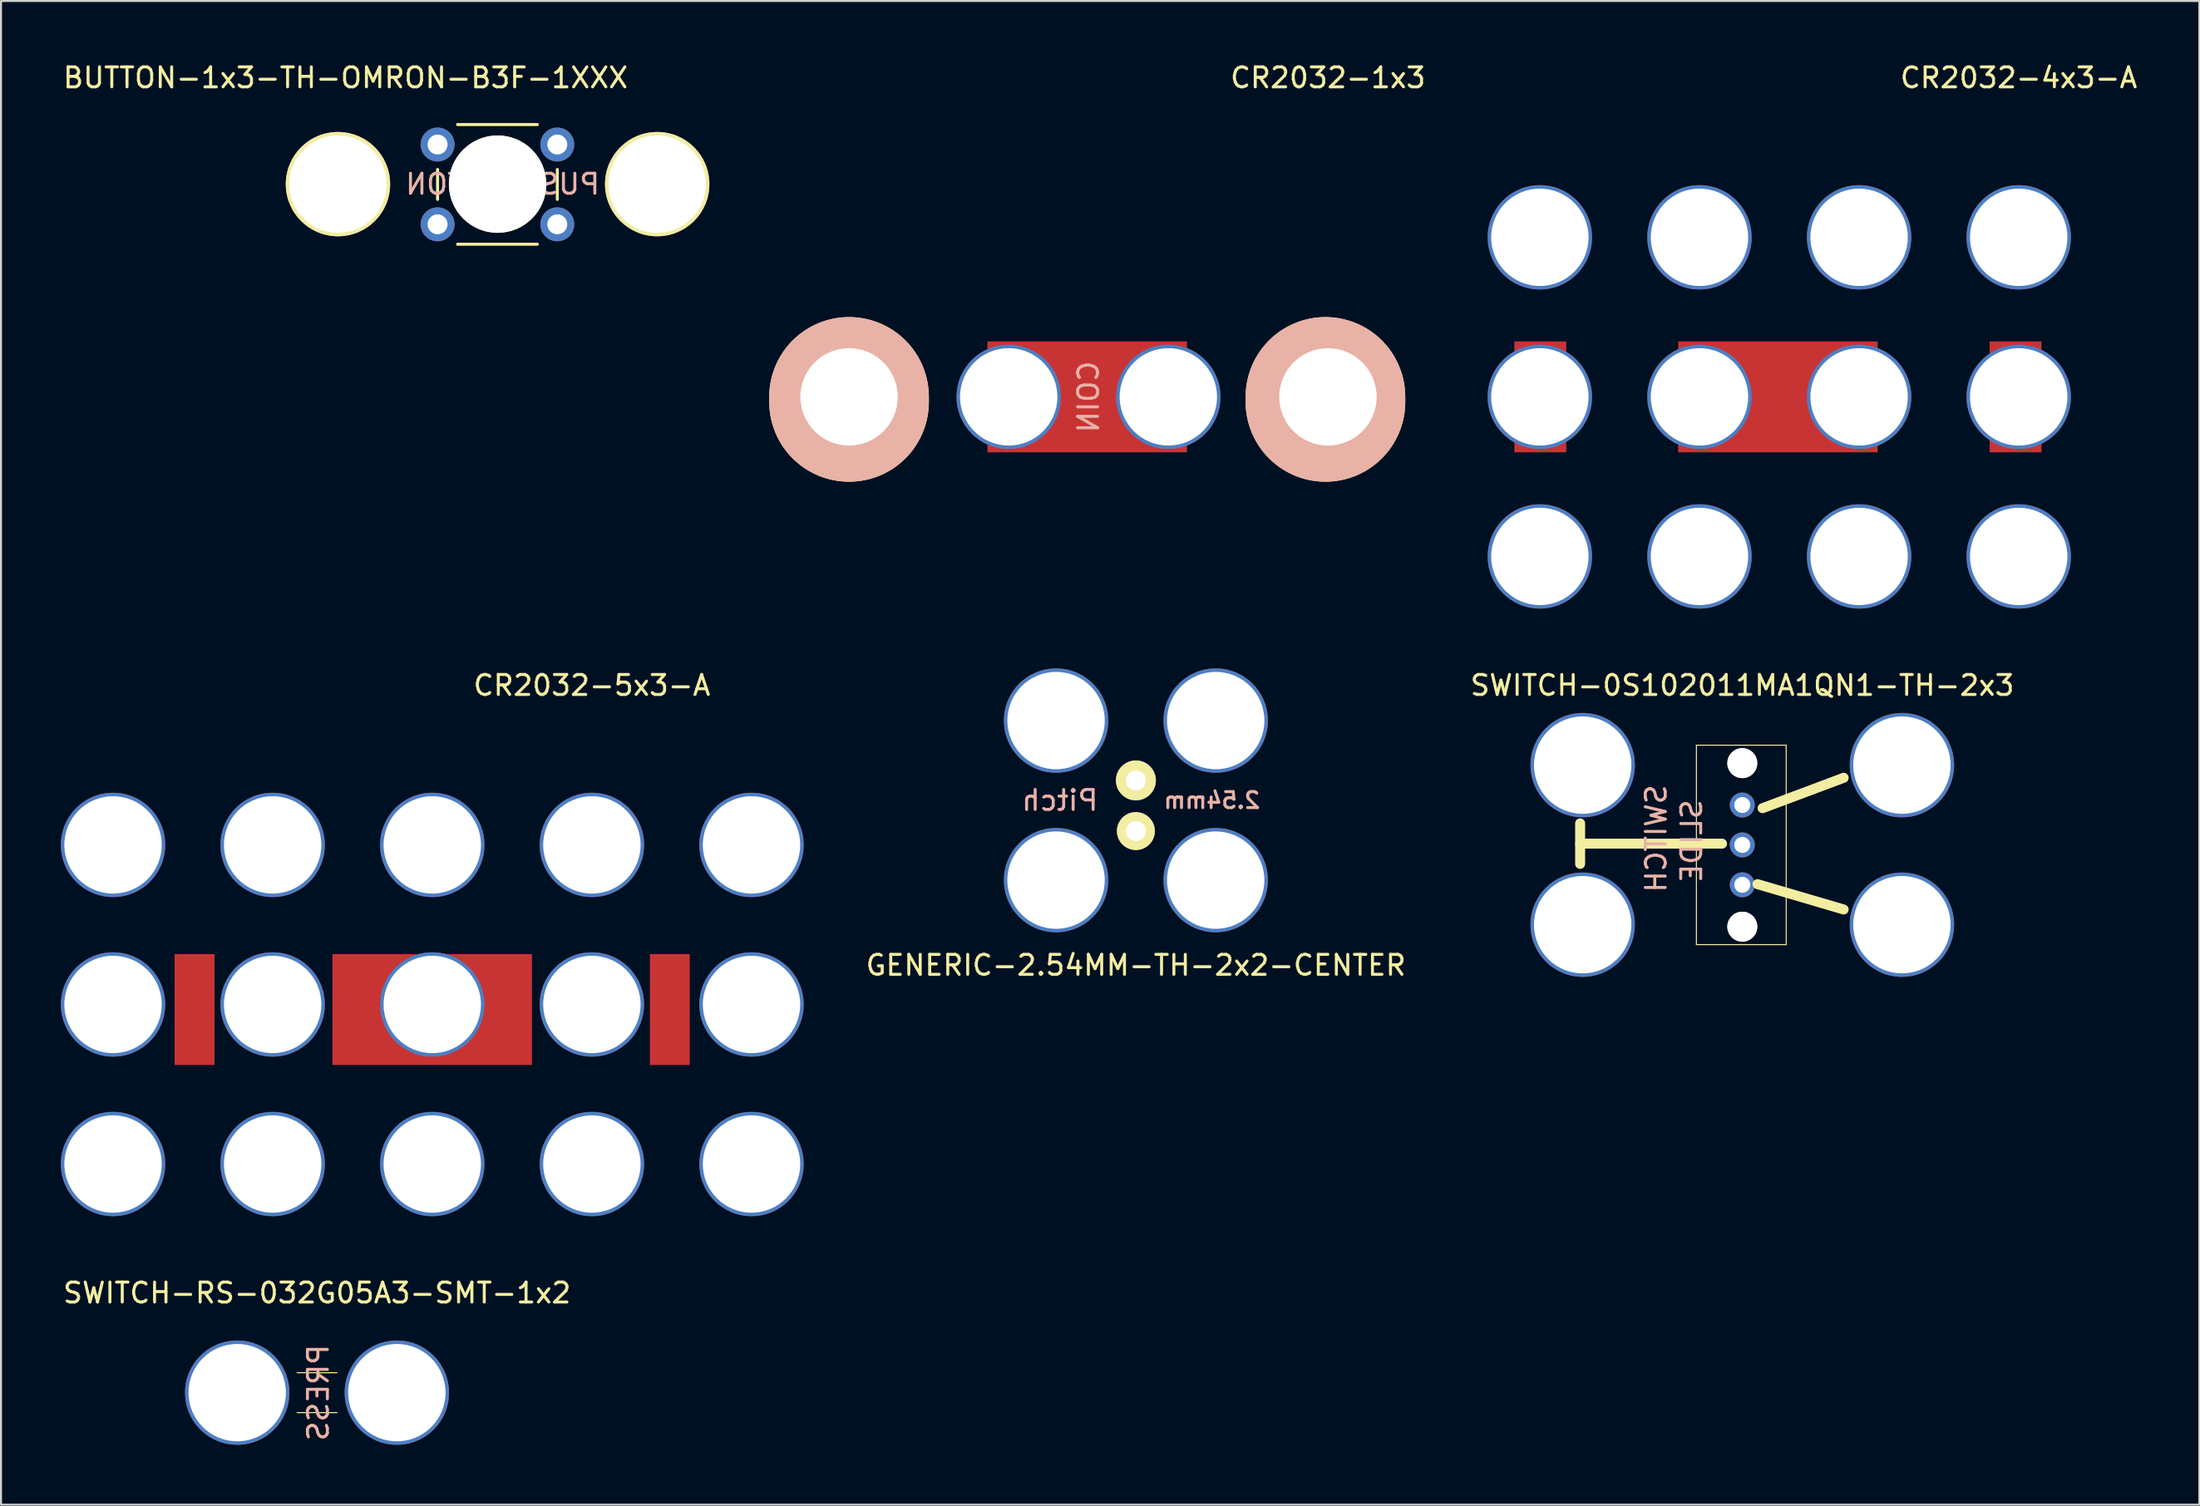
<source format=kicad_pcb>
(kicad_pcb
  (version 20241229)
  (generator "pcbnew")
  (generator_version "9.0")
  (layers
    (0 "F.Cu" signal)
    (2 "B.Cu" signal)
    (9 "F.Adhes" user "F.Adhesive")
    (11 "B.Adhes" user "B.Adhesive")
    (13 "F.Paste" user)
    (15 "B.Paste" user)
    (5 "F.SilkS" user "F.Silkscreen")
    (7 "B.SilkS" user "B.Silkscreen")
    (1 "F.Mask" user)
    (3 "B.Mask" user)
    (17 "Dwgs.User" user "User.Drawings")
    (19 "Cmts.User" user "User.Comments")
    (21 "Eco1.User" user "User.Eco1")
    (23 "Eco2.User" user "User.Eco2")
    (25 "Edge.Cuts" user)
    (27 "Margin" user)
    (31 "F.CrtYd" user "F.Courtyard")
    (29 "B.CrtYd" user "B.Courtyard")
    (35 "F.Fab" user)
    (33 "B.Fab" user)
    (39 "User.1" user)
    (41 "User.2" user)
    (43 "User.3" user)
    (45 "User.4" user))
  (footprint "BUTTON-1x3-TH-OMRON-B3F-1XXX"
    (layer "F.Cu")
    (at 21.888 6.182)
    (property "Reference" "BUTTON-1x3-TH-OMRON-B3F-1XXX" (at -7.62 -5.334 180) (layer "F.SilkS") (effects (font (size 1 1) (thickness 0.15))))
    (attr through_hole)
    (fp_line (start -3.007 0.014) (end -3.007 0.014) (stroke (width 0.1) (type solid)) (layer "F.SilkS"))
    (fp_line (start -3.007 0.764) (end -3.007 -0.736) (stroke (width 0.15) (type solid)) (layer "F.SilkS"))
    (fp_line (start -2.007 -2.986) (end 1.993 -2.986) (stroke (width 0.15) (type solid)) (layer "F.SilkS"))
    (fp_line (start -2.007 3.014) (end 1.993 3.014) (stroke (width 0.15) (type solid)) (layer "F.SilkS"))
    (fp_line (start 1.993 -2.986) (end -2.007 -2.986) (stroke (width 0.1) (type solid)) (layer "F.SilkS"))
    (fp_line (start 1.993 3.014) (end -2.007 3.014) (stroke (width 0.1) (type solid)) (layer "F.SilkS"))
    (fp_line (start 2.993 -0.736) (end 2.993 0.764) (stroke (width 0.15) (type solid)) (layer "F.SilkS"))
    (fp_line (start 2.993 0.014) (end 2.993 0.014) (stroke (width 0.1) (type solid)) (layer "F.SilkS"))
    (fp_circle (center -0.007 0.014) (end 0.993 1.014) (stroke (width 0) (type solid)) (fill yes) (layer "F.SilkS"))
    (fp_circle (center -0.007 0.014) (end 0.993 1.014) (stroke (width 0.15) (type solid)) (fill no) (layer "F.SilkS"))
    (fp_text user "PUSHBUTTON" (at 0.254 0 0) (layer "B.SilkS") (effects (font (size 1 1) (thickness 0.15)) (justify mirror)))
    (pad "" np_thru_hole circle (at 0 0) (size 4.88 4.88) (drill 4.88) (layers "*.Cu" "*.Mask" "F.SilkS"))
    (pad "1" thru_hole circle (at -8 0) (size 5.23 5.23) (drill 4.88) (layers "*.Cu" "*.Mask" "F.SilkS"))
    (pad "1" thru_hole circle (at -3.007 -1.986) (size 1.7 1.7) (drill 1) (layers "*.Cu" "*.Mask"))
    (pad "1" thru_hole circle (at 2.993 -1.986) (size 1.7 1.7) (drill 1) (layers "*.Cu" "*.Mask"))
    (pad "2" thru_hole circle (at -3.007 2.014) (size 1.7 1.7) (drill 1) (layers "*.Cu" "*.Mask"))
    (pad "2" thru_hole circle (at 2.993 2.014) (size 1.7 1.7) (drill 1) (layers "*.Cu" "*.Mask"))
    (pad "2" thru_hole circle (at 8 0) (size 5.23 5.23) (drill 4.88) (layers "*.Cu" "*.Mask" "F.SilkS")))
  (footprint "CR2032-1x3"
    (layer "F.Cu")
    (at 55.505 16.848)
    (property "Reference" "CR2032-1x3" (at 8 -16 0) (layer "F.SilkS") (effects (font (size 1 1) (thickness 0.15))))
    (attr through_hole)
    (fp_line (start -16.002 0) (end -16.002 0.254) (stroke (width 8) (type solid)) (layer "F.SilkS"))
    (fp_line (start 7.874 0) (end 7.874 0.254) (stroke (width 8) (type solid)) (layer "F.SilkS"))
    (fp_line (start -16.002 0) (end -16.002 0.254) (stroke (width 8) (type solid)) (layer "B.SilkS"))
    (fp_line (start 7.874 0) (end 7.874 0.254) (stroke (width 8) (type solid)) (layer "B.SilkS"))
    (fp_text user "COIN" (at -4 0 90) (layer "B.SilkS") (effects (font (size 1 1) (thickness 0.15)) (justify mirror)))
    (pad "1" thru_hole circle (at -16 0) (size 5.23 5.23) (drill 4.88) (layers "*.Cu" "*.Mask"))
    (pad "1" thru_hole circle (at 8 0) (size 5.23 5.23) (drill 4.88) (layers "*.Cu" "*.Mask"))
    (pad "GND" thru_hole circle (at -8 0) (size 5.23 5.23) (drill 4.88) (layers "*.Cu" "*.Mask"))
    (pad "GND" smd rect (at -4.068 0) (size 10 5.56) (layers "F.Cu" "F.Mask" "F.Paste"))
    (pad "GND" thru_hole circle (at 0 0) (size 5.23 5.23) (drill 4.88) (layers "*.Cu" "*.Mask")))
  (footprint "SWITCH-RS-032G05A3-SMT-1x2"
    (layer "F.Cu")
    (at 8.839 66.775)
    (property "Reference" "SWITCH-RS-032G05A3-SMT-1x2" (at 4 -5 0) (layer "F.SilkS") (effects (font (size 1 1) (thickness 0.15))))
    (attr through_hole)
    (fp_line (start 3 -1) (end 5 -1) (stroke (width 0.051) (type solid)) (layer "F.SilkS"))
    (fp_line (start 3 1) (end 5 1) (stroke (width 0.051) (type solid)) (layer "F.SilkS"))
    (fp_text user "PRESS" (at 4.064 0 90) (layer "B.SilkS") (effects (font (size 1 1) (thickness 0.15)) (justify mirror)))
    (pad "1" thru_hole circle (at 0 0) (size 5.23 5.23) (drill 4.88) (layers "*.Cu" "*.Mask"))
    (pad "2" thru_hole circle (at 8 0) (size 5.23 5.23) (drill 4.88) (layers "*.Cu" "*.Mask")))
  (footprint "CR2032-4x3-A"
    (layer "F.Cu")
    (at 90.126 16.848)
    (property "Reference" "CR2032-4x3-A" (at 8 -16 0) (layer "F.SilkS") (effects (font (size 1 1) (thickness 0.15))))
    (attr through_hole)
    (pad "+" smd rect (at -15.978 0) (size 2.6 5.56) (layers "F.Cu" "F.Mask" "F.Paste"))
    (pad "+" smd rect (at 7.842 0) (size 2.6 5.56) (layers "F.Cu" "F.Mask" "F.Paste"))
    (pad "1" thru_hole circle (at -16 -8) (size 5.23 5.23) (drill 4.88) (layers "*.Cu" "*.Mask"))
    (pad "1" thru_hole circle (at -16 0) (size 5.23 5.23) (drill 4.88) (layers "*.Cu" "*.Mask"))
    (pad "1" thru_hole circle (at -16 8) (size 5.23 5.23) (drill 4.88) (layers "*.Cu" "*.Mask"))
    (pad "1" thru_hole circle (at -8 -8) (size 5.23 5.23) (drill 4.88) (layers "*.Cu" "*.Mask"))
    (pad "1" thru_hole circle (at -8 8) (size 5.23 5.23) (drill 4.88) (layers "*.Cu" "*.Mask"))
    (pad "1" thru_hole circle (at 0 -8) (size 5.23 5.23) (drill 4.88) (layers "*.Cu" "*.Mask"))
    (pad "1" thru_hole circle (at 0 8) (size 5.23 5.23) (drill 4.88) (layers "*.Cu" "*.Mask"))
    (pad "1" thru_hole circle (at 8 -8) (size 5.23 5.23) (drill 4.88) (layers "*.Cu" "*.Mask"))
    (pad "1" thru_hole circle (at 8 0) (size 5.23 5.23) (drill 4.88) (layers "*.Cu" "*.Mask"))
    (pad "1" thru_hole circle (at 8 8) (size 5.23 5.23) (drill 4.88) (layers "*.Cu" "*.Mask"))
    (pad "GND" thru_hole circle (at -8 0) (size 5.23 5.23) (drill 4.88) (layers "*.Cu" "*.Mask"))
    (pad "GND" smd rect (at -4.068 0) (size 10 5.56) (layers "F.Cu" "F.Mask" "F.Paste"))
    (pad "GND" thru_hole circle (at 0 0) (size 5.23 5.23) (drill 4.88) (layers "*.Cu" "*.Mask")))
  (footprint "SWITCH-0S102011MA1QN1-TH-2x3"
    (layer "F.Cu")
    (at 84.272 43.312)
    (property "Reference" "SWITCH-0S102011MA1QN1-TH-2x3" (at 0 -12 0) (layer "F.SilkS") (effects (font (size 1 1) (thickness 0.15))))
    (attr through_hole)
    (fp_line (start -8.128 -5.08) (end -8.128 -3.048) (stroke (width 0.5) (type solid)) (layer "F.SilkS"))
    (fp_line (start -8.128 -4.064) (end -1.016 -4.064) (stroke (width 0.5) (type solid)) (layer "F.SilkS"))
    (fp_line (start -2.3 -9) (end 2.2 -9) (stroke (width 0.051) (type solid)) (layer "F.SilkS"))
    (fp_line (start -2.3 1) (end -2.3 -9) (stroke (width 0.051) (type solid)) (layer "F.SilkS"))
    (fp_line (start 0.762 -2.032) (end 5.08 -0.762) (stroke (width 0.5) (type solid)) (layer "F.SilkS"))
    (fp_line (start 1.016 -5.842) (end 5.08 -7.366) (stroke (width 0.5) (type solid)) (layer "F.SilkS"))
    (fp_line (start 2.2 -9) (end 2.2 1) (stroke (width 0.051) (type solid)) (layer "F.SilkS"))
    (fp_line (start 2.2 1) (end -2.3 1) (stroke (width 0.051) (type solid)) (layer "F.SilkS"))
    (fp_text user "SLIDE " (at -2.54 -3.81 90) (layer "B.SilkS") (effects (font (size 1 1) (thickness 0.15)) (justify mirror)))
    (fp_text user "SWITCH" (at -4.318 -4.318 90) (layer "B.SilkS") (effects (font (size 1 1) (thickness 0.15)) (justify mirror)))
    (pad "" np_thru_hole circle (at 0 -8.1 90) (size 1.5 1.5) (drill 1.5) (layers "*.Cu" "*.Mask" "F.SilkS"))
    (pad "" np_thru_hole circle (at 0 0.1 90) (size 1.5 1.5) (drill 1.5) (layers "*.Cu" "*.Mask" "F.SilkS"))
    (pad "1" thru_hole circle (at -8 -8) (size 5.23 5.23) (drill 4.88) (layers "*.Cu" "*.Mask"))
    (pad "1" thru_hole circle (at -8 0) (size 5.23 5.23) (drill 4.88) (layers "*.Cu" "*.Mask"))
    (pad "1" thru_hole circle (at 0 -2 90) (size 1.25 1.25) (drill 0.8) (layers "*.Cu" "*.Mask"))
    (pad "2" thru_hole circle (at 0 -4 90) (size 1.25 1.25) (drill 0.8) (layers "*.Cu" "*.Mask"))
    (pad "2" thru_hole circle (at 8 -8) (size 5.23 5.23) (drill 4.88) (layers "*.Cu" "*.Mask"))
    (pad "3" thru_hole circle (at 0 -6 90) (size 1.25 1.25) (drill 0.8) (layers "*.Cu" "*.Mask"))
    (pad "3" thru_hole circle (at 8 0) (size 5.23 5.23) (drill 4.88) (layers "*.Cu" "*.Mask")))
  (footprint "CR2032-5x3-A"
    (layer "F.Cu")
    (at 18.615 47.312)
    (property "Reference" "CR2032-5x3-A" (at 8 -16 0) (layer "F.SilkS") (effects (font (size 1 1) (thickness 0.15))))
    (attr through_hole)
    (pad "+" smd rect (at -11.914 0.254) (size 2 5.56) (layers "F.Cu" "F.Mask" "F.Paste"))
    (pad "+" smd rect (at 11.906 0.254) (size 2 5.56) (layers "F.Cu" "F.Mask" "F.Paste"))
    (pad "1" thru_hole circle (at -16 -8) (size 5.23 5.23) (drill 4.88) (layers "*.Cu" "*.Mask"))
    (pad "1" thru_hole circle (at -16 0) (size 5.23 5.23) (drill 4.88) (layers "*.Cu" "*.Mask"))
    (pad "1" thru_hole circle (at -16 8) (size 5.23 5.23) (drill 4.88) (layers "*.Cu" "*.Mask"))
    (pad "1" thru_hole circle (at -8 -8) (size 5.23 5.23) (drill 4.88) (layers "*.Cu" "*.Mask"))
    (pad "1" thru_hole circle (at -8 0) (size 5.23 5.23) (drill 4.88) (layers "*.Cu" "*.Mask"))
    (pad "1" thru_hole circle (at -8 8) (size 5.23 5.23) (drill 4.88) (layers "*.Cu" "*.Mask"))
    (pad "1" thru_hole circle (at 0 -8) (size 5.23 5.23) (drill 4.88) (layers "*.Cu" "*.Mask"))
    (pad "1" thru_hole circle (at 0 0) (size 5.23 5.23) (drill 4.88) (layers "*.Cu" "*.Mask"))
    (pad "1" thru_hole circle (at 0 8) (size 5.23 5.23) (drill 4.88) (layers "*.Cu" "*.Mask"))
    (pad "1" thru_hole circle (at 8 -8) (size 5.23 5.23) (drill 4.88) (layers "*.Cu" "*.Mask"))
    (pad "1" thru_hole circle (at 8 0) (size 5.23 5.23) (drill 4.88) (layers "*.Cu" "*.Mask"))
    (pad "1" thru_hole circle (at 8 8) (size 5.23 5.23) (drill 4.88) (layers "*.Cu" "*.Mask"))
    (pad "1" thru_hole circle (at 16 -8) (size 5.23 5.23) (drill 4.88) (layers "*.Cu" "*.Mask"))
    (pad "1" thru_hole circle (at 16 0) (size 5.23 5.23) (drill 4.88) (layers "*.Cu" "*.Mask"))
    (pad "1" thru_hole circle (at 16 8) (size 5.23 5.23) (drill 4.88) (layers "*.Cu" "*.Mask"))
    (pad "GND" smd rect (at -0.004 0.254) (size 10 5.56) (layers "F.Cu" "F.Mask" "F.Paste")))
  (footprint "GENERIC-2.54MM-TH-2x2-CENTER"
    (layer "F.Cu")
    (at 53.879 37.078)
    (property "Reference" "GENERIC-2.54MM-TH-2x2-CENTER" (at 0 8.267 0) (layer "F.SilkS") (effects (font (size 1 1) (thickness 0.15))))
    (attr through_hole)
    (fp_text user "Pitch" (at -3.81 0 0) (layer "B.SilkS") (effects (font (size 1 1) (thickness 0.15)) (justify mirror)))
    (fp_text user "2.54mm" (at 3.81 0 0) (layer "B.SilkS") (effects (font (size 0.8 0.8) (thickness 0.15)) (justify mirror)))
    (pad "1" thru_hole circle (at -4 -4) (size 5.23 5.23) (drill 4.88) (layers "*.Cu" "*.Mask"))
    (pad "1" thru_hole circle (at 0 -1) (size 2 2) (drill 1.001) (layers "*.Cu" "*.Mask" "F.SilkS"))
    (pad "1" thru_hole circle (at 4 -4) (size 5.23 5.23) (drill 4.88) (layers "*.Cu" "*.Mask"))
    (pad "2" thru_hole circle (at -4 4) (size 5.23 5.23) (drill 4.88) (layers "*.Cu" "*.Mask"))
    (pad "2" thru_hole circle (at 0 1.54 270) (size 1.9 1.9) (drill 1.001) (layers "*.Cu" "*.Mask" "F.SilkS"))
    (pad "2" thru_hole circle (at 4 4) (size 5.23 5.23) (drill 4.88) (layers "*.Cu" "*.Mask")))
  (gr_rect
    (start -3 -3)
    (end 107.179 72.39)
    (stroke (width 0.1) (type default))
    (fill no)
    (layer "Edge.Cuts")))
</source>
